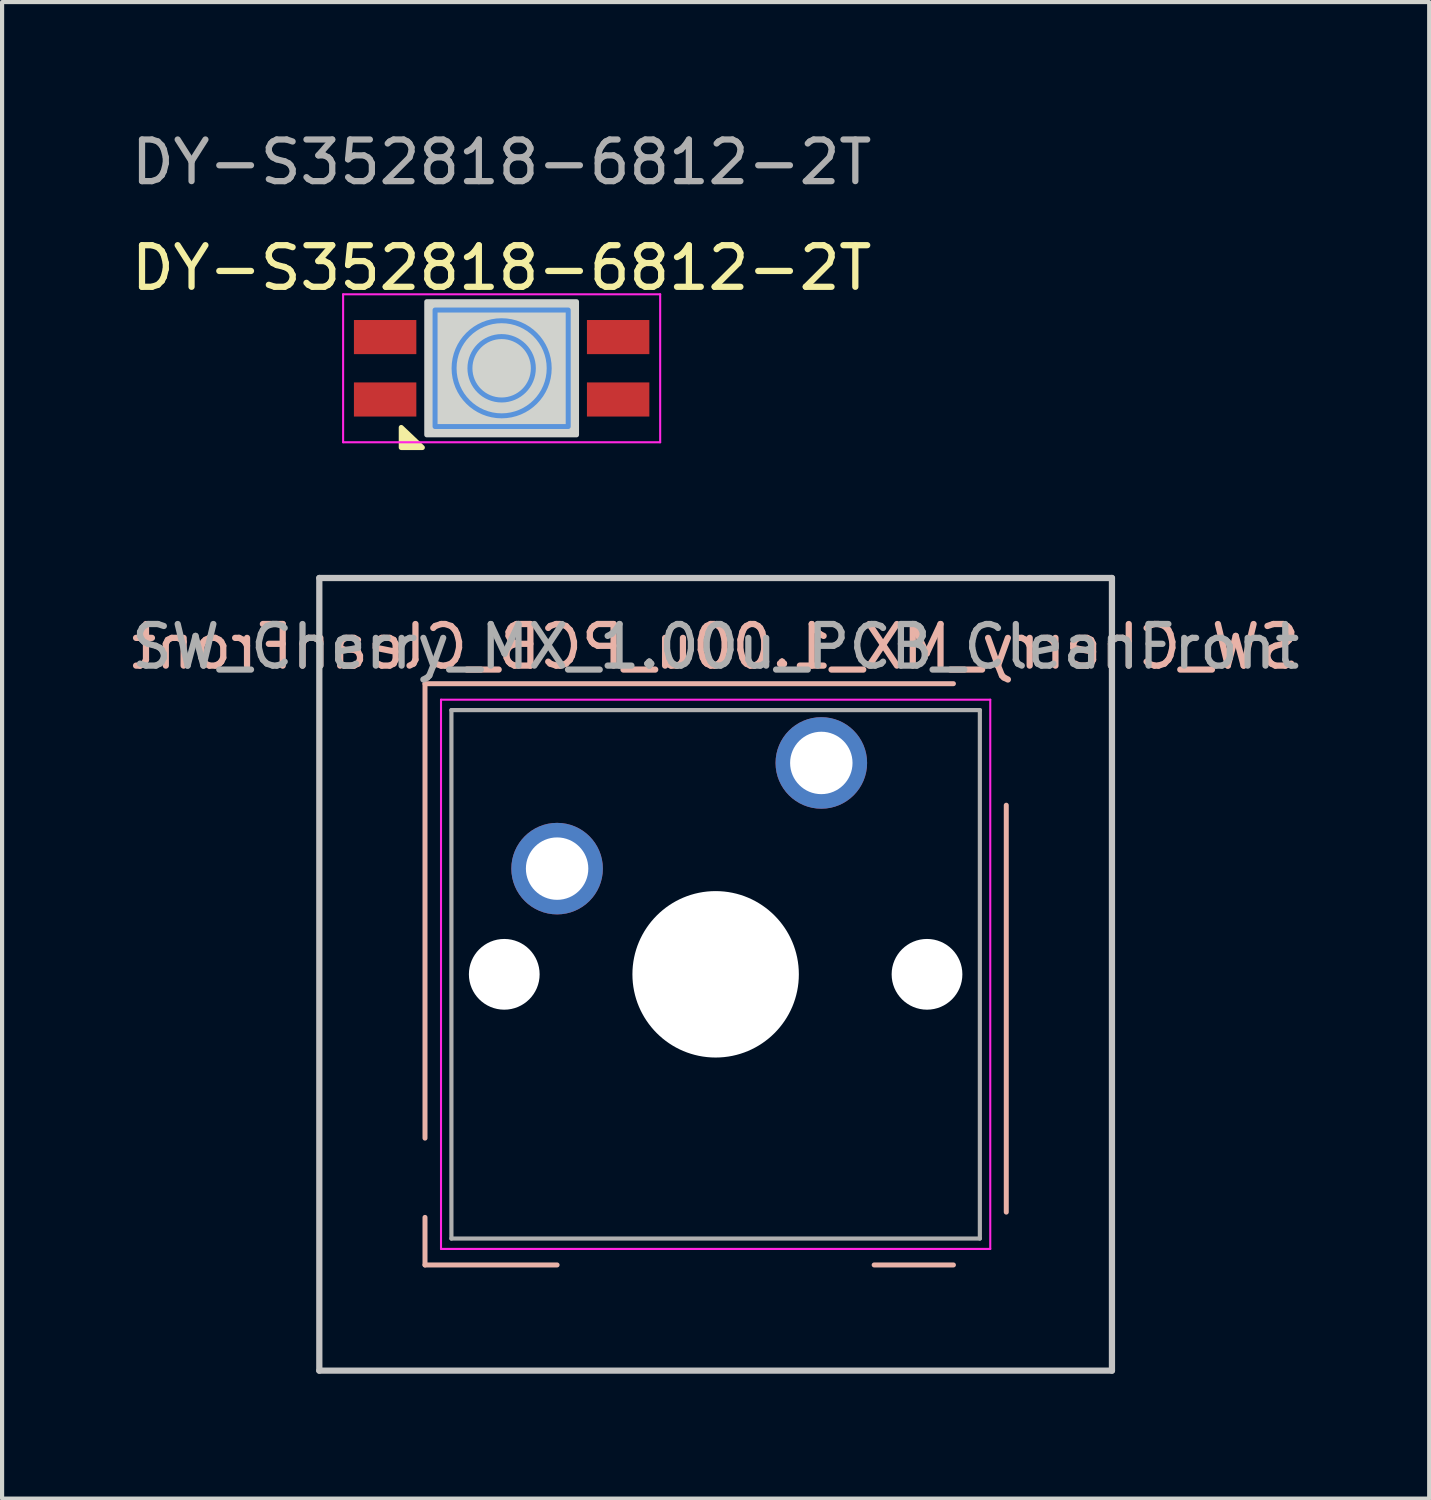
<source format=kicad_pcb>
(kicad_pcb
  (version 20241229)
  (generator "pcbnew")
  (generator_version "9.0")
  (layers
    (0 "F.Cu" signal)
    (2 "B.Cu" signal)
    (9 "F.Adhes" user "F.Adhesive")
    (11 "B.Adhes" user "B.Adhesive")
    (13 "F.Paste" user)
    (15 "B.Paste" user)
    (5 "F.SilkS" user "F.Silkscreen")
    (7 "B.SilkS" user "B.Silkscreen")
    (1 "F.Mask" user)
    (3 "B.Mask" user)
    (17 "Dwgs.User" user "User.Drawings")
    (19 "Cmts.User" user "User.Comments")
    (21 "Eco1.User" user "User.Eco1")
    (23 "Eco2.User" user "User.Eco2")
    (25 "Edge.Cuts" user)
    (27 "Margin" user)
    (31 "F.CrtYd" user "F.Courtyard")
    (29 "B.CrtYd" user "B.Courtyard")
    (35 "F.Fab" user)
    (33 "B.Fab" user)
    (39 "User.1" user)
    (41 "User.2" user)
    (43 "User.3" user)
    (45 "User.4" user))
  (footprint "DY-S352818-6812-2T"
    (layer "F.Cu")
    (at 9.006 5.801)
    (property "Reference" "DY-S352818-6812-2T" (at 0 -2.413 0) (unlocked yes) (layer "F.SilkS") (effects (font (size 1 1) (thickness 0.15))))
    (attr smd)
    (fp_poly (pts (xy -1.905 1.905) (xy -2.413 1.905) (xy -2.413 1.422)) (stroke (width 0.12) (type solid)) (fill yes) (layer "F.SilkS"))
    (fp_rect (start -1.6 -1.4) (end 1.6 1.4) (stroke (width 0.12) (type solid)) (fill no) (layer "Cmts.User"))
    (fp_circle (center 0 0) (end -1.143 0) (stroke (width 0.12) (type solid)) (fill no) (layer "Cmts.User"))
    (fp_circle (center 0 0) (end -0.762 0) (stroke (width 0.12) (type solid)) (fill no) (layer "Cmts.User"))
    (fp_rect (start 1.8 1.6) (end -1.8 -1.6) (stroke (width 0.12) (type solid)) (fill yes) (layer "Edge.Cuts"))
    (fp_line (start -3.81 -1.778) (end -3.81 1.778) (stroke (width 0.05) (type solid)) (layer "F.CrtYd"))
    (fp_line (start -3.81 1.778) (end 3.81 1.778) (stroke (width 0.05) (type solid)) (layer "F.CrtYd"))
    (fp_line (start 3.81 -1.778) (end -3.81 -1.778) (stroke (width 0.05) (type solid)) (layer "F.CrtYd"))
    (fp_line (start 3.81 1.778) (end 3.81 -1.778) (stroke (width 0.05) (type solid)) (layer "F.CrtYd"))
    (fp_text user "${REFERENCE}" (at 0 -4.953 0) (unlocked yes) (layer "F.Fab") (effects (font (size 1 1) (thickness 0.15))))
    (pad "1" smd rect (at 2.8 -0.75) (size 1.5 0.82) (layers "F.Cu" "F.Mask" "F.Paste"))
    (pad "2" smd rect (at 2.8 0.75) (size 1.5 0.82) (layers "F.Cu" "F.Mask" "F.Paste"))
    (pad "3" smd rect (at -2.8 0.75) (size 1.5 0.82) (layers "F.Cu" "F.Mask" "F.Paste"))
    (pad "4" smd rect (at -2.8 -0.75) (size 1.5 0.82) (layers "F.Cu" "F.Mask" "F.Paste"))
    (zone (net_name "") (layers "F.Cu" "F.Mask" "B.Cu" "B.Mask" "F.SilkS" "B.SilkS" "F.Adhes" "B.Adhes" "F.Paste" "B.Paste" "Edge.Cuts") (name "CUTOUT") (hatch edge 0.508) (connect_pads) (min_thickness 0.254) (filled_areas_thickness no) (keepout (tracks not_allowed) (vias not_allowed) (pads not_allowed) (copperpour not_allowed) (footprints allowed)) (placement (enabled no)) (fill) (polygon (pts (xy 10.806 7.401) (xy 7.206 7.401) (xy 7.206 4.201) (xy 10.806 4.201)))))
  (footprint "SW_Cherry_MX_1.00u_PCB_CleanFront"
    (layer "F.Cu")
    (at 16.689 15.286)
    (property "Reference" "SW_Cherry_MX_1.00u_PCB_CleanFront" (at -2.54 -2.794 0) (layer "B.SilkS") (effects (font (size 1 1) (thickness 0.15)) (justify mirror)))
    (attr through_hole)
    (fp_line (start -9.525 -1.905) (end 3.175 -1.905) (stroke (width 0.12) (type solid)) (layer "B.SilkS"))
    (fp_line (start -9.525 9.017) (end -9.525 -1.905) (stroke (width 0.12) (type solid)) (layer "B.SilkS"))
    (fp_line (start -9.525 12.065) (end -9.525 10.922) (stroke (width 0.12) (type solid)) (layer "B.SilkS"))
    (fp_line (start -6.35 12.065) (end -9.525 12.065) (stroke (width 0.12) (type solid)) (layer "B.SilkS"))
    (fp_line (start 3.175 12.065) (end 1.27 12.065) (stroke (width 0.12) (type solid)) (layer "B.SilkS"))
    (fp_line (start 4.445 1.016) (end 4.445 10.795) (stroke (width 0.12) (type solid)) (layer "B.SilkS"))
    (fp_line (start -12.065 -4.445) (end 6.985 -4.445) (stroke (width 0.15) (type solid)) (layer "Dwgs.User"))
    (fp_line (start -12.065 14.605) (end -12.065 -4.445) (stroke (width 0.15) (type solid)) (layer "Dwgs.User"))
    (fp_line (start 6.985 -4.445) (end 6.985 14.605) (stroke (width 0.15) (type solid)) (layer "Dwgs.User"))
    (fp_line (start 6.985 14.605) (end -12.065 14.605) (stroke (width 0.15) (type solid)) (layer "Dwgs.User"))
    (fp_line (start -9.14 -1.52) (end 4.06 -1.52) (stroke (width 0.05) (type solid)) (layer "F.CrtYd"))
    (fp_line (start -9.14 11.68) (end -9.14 -1.52) (stroke (width 0.05) (type solid)) (layer "F.CrtYd"))
    (fp_line (start 4.06 -1.52) (end 4.06 11.68) (stroke (width 0.05) (type solid)) (layer "F.CrtYd"))
    (fp_line (start 4.06 11.68) (end -9.14 11.68) (stroke (width 0.05) (type solid)) (layer "F.CrtYd"))
    (fp_line (start -8.89 -1.27) (end 3.81 -1.27) (stroke (width 0.1) (type solid)) (layer "F.Fab"))
    (fp_line (start -8.89 11.43) (end -8.89 -1.27) (stroke (width 0.1) (type solid)) (layer "F.Fab"))
    (fp_line (start 3.81 -1.27) (end 3.81 11.43) (stroke (width 0.1) (type solid)) (layer "F.Fab"))
    (fp_line (start 3.81 11.43) (end -8.89 11.43) (stroke (width 0.1) (type solid)) (layer "F.Fab"))
    (fp_text user "${REFERENCE}" (at -2.54 -2.794 0) (layer "F.Fab") (effects (font (size 1 1) (thickness 0.15))))
    (pad "" np_thru_hole circle (at -7.62 5.08) (size 1.7 1.7) (drill 1.7) (layers "*.Cu" "*.Mask"))
    (pad "" np_thru_hole circle (at -2.54 5.08) (size 4 4) (drill 4) (layers "*.Cu" "*.Mask"))
    (pad "" np_thru_hole circle (at 2.54 5.08) (size 1.7 1.7) (drill 1.7) (layers "*.Cu" "*.Mask"))
    (pad "1" thru_hole circle (at 0 0) (size 2.2 2.2) (drill 1.5) (layers "*.Cu" "*.Mask"))
    (pad "2" thru_hole circle (at -6.35 2.54) (size 2.2 2.2) (drill 1.5) (layers "*.Cu" "*.Mask")))
  (gr_rect
    (start -3 -3)
    (end 31.298 32.966)
    (stroke (width 0.1) (type default))
    (fill no)
    (layer "Edge.Cuts")))
</source>
